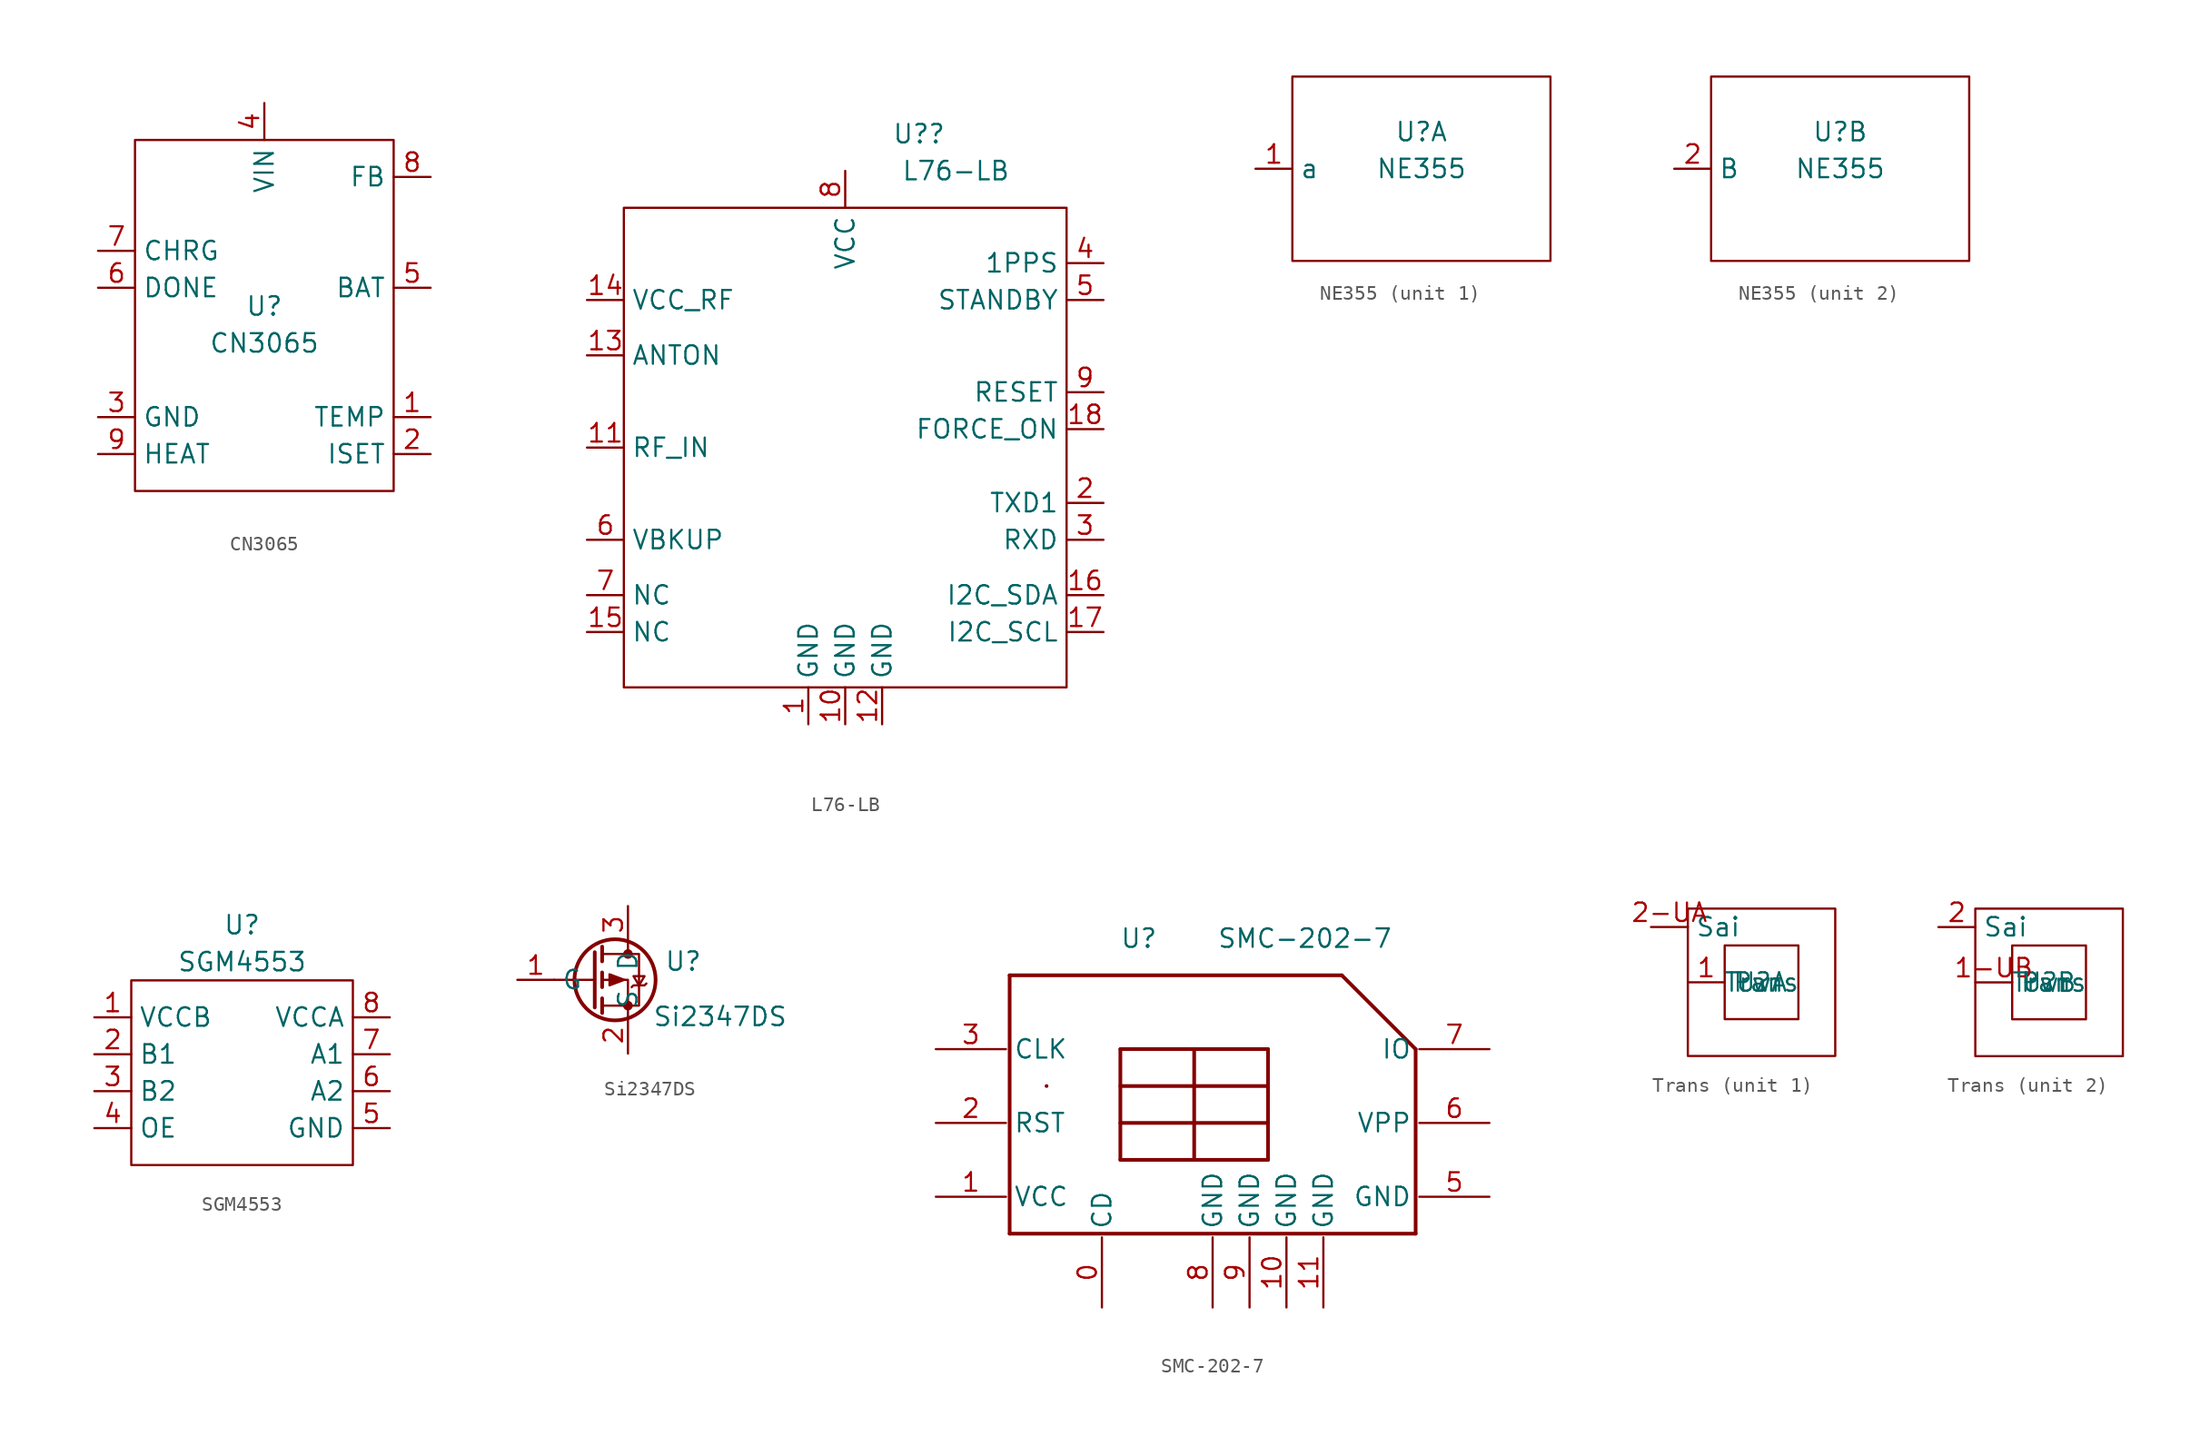
<source format=kicad_sym>
(kicad_symbol_lib
  (version 20211014)
  (generator kicad_symbol_editor)
  (symbol "CN3065"
    (property "Reference" "U"
      (at 0 0 0)
      (effects (font (size 1.27 1.27))))
    (property "Value" "CN3065"
      (at 0 -2.54 0)
      (effects (font (size 1.27 1.27))))
    (symbol "CN3065_0_1"
      (rectangle (start -8.89 11.43) (end 8.89 -12.7) (stroke (width 0) (type default) (color 0 0 0 0)) (fill (type none))))
    (symbol "CN3065_1_1"
      (pin input line (at 11.43 -7.62 180) (length 2.54) (name "TEMP" (effects (font (size 1.27 1.27)))) (number "1" (effects (font (size 1.27 1.27)))))
      (pin output line (at 11.43 -10.16 180) (length 2.54) (name "ISET" (effects (font (size 1.27 1.27)))) (number "2" (effects (font (size 1.27 1.27)))))
      (pin power_in line (at -11.43 -7.62 0) (length 2.54) (name "GND" (effects (font (size 1.27 1.27)))) (number "3" (effects (font (size 1.27 1.27)))))
      (pin power_in line (at 0 13.97 270) (length 2.54) (name "VIN" (effects (font (size 1.27 1.27)))) (number "4" (effects (font (size 1.27 1.27)))))
      (pin power_out line (at 11.43 1.27 180) (length 2.54) (name "BAT" (effects (font (size 1.27 1.27)))) (number "5" (effects (font (size 1.27 1.27)))))
      (pin output line (at -11.43 1.27 0) (length 2.54) (name "DONE" (effects (font (size 1.27 1.27)))) (number "6" (effects (font (size 1.27 1.27)))))
      (pin output line (at -11.43 3.81 0) (length 2.54) (name "CHRG" (effects (font (size 1.27 1.27)))) (number "7" (effects (font (size 1.27 1.27)))))
      (pin input line (at 11.43 8.89 180) (length 2.54) (name "FB" (effects (font (size 1.27 1.27)))) (number "8" (effects (font (size 1.27 1.27)))))
      (pin power_in line (at -11.43 -10.16 0) (length 2.54) (name "HEAT" (effects (font (size 1.27 1.27)))) (number "9" (effects (font (size 1.27 1.27)))))))
  (symbol "L76-LB"
    (property "Reference" "U?"
      (at 5.08 21.59 0)
      (effects (font (size 1.27 1.27))))
    (property "Value" "L76-LB"
      (at 7.62 19.05 0)
      (effects (font (size 1.27 1.27))))
    (symbol "L76-LB_0_1"
      (rectangle (start -15.24 16.51) (end 15.24 -16.51) (stroke (width 0) (type default) (color 0 0 0 0)) (fill (type none))))
    (symbol "L76-LB_1_1"
      (pin passive line (at -2.54 -19.05 90) (length 2.54) (name "GND" (effects (font (size 1.27 1.27)))) (number "1" (effects (font (size 1.27 1.27)))))
      (pin passive line (at 0 -19.05 90) (length 2.54) (name "GND" (effects (font (size 1.27 1.27)))) (number "10" (effects (font (size 1.27 1.27)))))
      (pin passive line (at -17.78 0 0) (length 2.54) (name "RF_IN" (effects (font (size 1.27 1.27)))) (number "11" (effects (font (size 1.27 1.27)))))
      (pin passive line (at 2.54 -19.05 90) (length 2.54) (name "GND" (effects (font (size 1.27 1.27)))) (number "12" (effects (font (size 1.27 1.27)))))
      (pin input line (at -17.78 6.35 0) (length 2.54) (name "ANTON" (effects (font (size 1.27 1.27)))) (number "13" (effects (font (size 1.27 1.27)))))
      (pin power_in line (at -17.78 10.16 0) (length 2.54) (name "VCC_RF" (effects (font (size 1.27 1.27)))) (number "14" (effects (font (size 1.27 1.27)))))
      (pin free line (at -17.78 -12.7 0) (length 2.54) (name "NC" (effects (font (size 1.27 1.27)))) (number "15" (effects (font (size 1.27 1.27)))))
      (pin bidirectional line (at 17.78 -10.16 180) (length 2.54) (name "I2C_SDA" (effects (font (size 1.27 1.27)))) (number "16" (effects (font (size 1.27 1.27)))))
      (pin input line (at 17.78 -12.7 180) (length 2.54) (name "I2C_SCL" (effects (font (size 1.27 1.27)))) (number "17" (effects (font (size 1.27 1.27)))))
      (pin input line (at 17.78 1.27 180) (length 2.54) (name "FORCE_ON" (effects (font (size 1.27 1.27)))) (number "18" (effects (font (size 1.27 1.27)))))
      (pin output line (at 17.78 -3.81 180) (length 2.54) (name "TXD1" (effects (font (size 1.27 1.27)))) (number "2" (effects (font (size 1.27 1.27)))))
      (pin input line (at 17.78 -6.35 180) (length 2.54) (name "RXD" (effects (font (size 1.27 1.27)))) (number "3" (effects (font (size 1.27 1.27)))))
      (pin output line (at 17.78 12.7 180) (length 2.54) (name "1PPS" (effects (font (size 1.27 1.27)))) (number "4" (effects (font (size 1.27 1.27)))))
      (pin input line (at 17.78 10.16 180) (length 2.54) (name "STANDBY" (effects (font (size 1.27 1.27)))) (number "5" (effects (font (size 1.27 1.27)))))
      (pin power_in line (at -17.78 -6.35 0) (length 2.54) (name "VBKUP" (effects (font (size 1.27 1.27)))) (number "6" (effects (font (size 1.27 1.27)))))
      (pin free line (at -17.78 -10.16 0) (length 2.54) (name "NC" (effects (font (size 1.27 1.27)))) (number "7" (effects (font (size 1.27 1.27)))))
      (pin power_in line (at 0 19.05 270) (length 2.54) (name "VCC" (effects (font (size 1.27 1.27)))) (number "8" (effects (font (size 1.27 1.27)))))
      (pin input line (at 17.78 3.81 180) (length 2.54) (name "RESET" (effects (font (size 1.27 1.27)))) (number "9" (effects (font (size 1.27 1.27)))))))
  (symbol "NE355"
    (property "Reference" "U"
      (at 0 2.54 0)
      (effects (font (size 1.27 1.27))))
    (property "Value" "NE355"
      (at 0 0 0)
      (effects (font (size 1.27 1.27))))
    (property "ki_locked" ""
      (at 0 0 0)
      (effects (font (size 1.27 1.27))))
    (symbol "NE355_1_1"
      (rectangle (start -8.89 6.35) (end 8.89 -6.35) (stroke (width 0) (type default) (color 0 0 0 0)) (fill (type none)))
      (pin passive line (at -11.43 0 0) (length 2.54) (name "a" (effects (font (size 1.27 1.27)))) (number "1" (effects (font (size 1.27 1.27))))))
    (symbol "NE355_2_1"
      (rectangle (start -8.89 6.35) (end 8.89 -6.35) (stroke (width 0) (type default) (color 0 0 0 0)) (fill (type none)))
      (pin passive line (at -11.43 0 0) (length 2.54) (name "B" (effects (font (size 1.27 1.27)))) (number "2" (effects (font (size 1.27 1.27)))))))
  (symbol "SGM4553"
    (property "Reference" "U"
      (at 0 10.16 0)
      (effects (font (size 1.27 1.27))))
    (property "Value" "SGM4553"
      (at 0 7.62 0)
      (effects (font (size 1.27 1.27))))
    (symbol "SGM4553_0_1"
      (rectangle (start -7.62 -6.35) (end 7.62 6.35) (stroke (width 0) (type default) (color 0 0 0 0)) (fill (type none))))
    (symbol "SGM4553_1_1"
      (pin input line (at -10.16 3.81 0) (length 2.54) (name "VCCB" (effects (font (size 1.27 1.27)))) (number "1" (effects (font (size 1.27 1.27)))))
      (pin input line (at -10.16 1.27 0) (length 2.54) (name "B1" (effects (font (size 1.27 1.27)))) (number "2" (effects (font (size 1.27 1.27)))))
      (pin input line (at -10.16 -1.27 0) (length 2.54) (name "B2" (effects (font (size 1.27 1.27)))) (number "3" (effects (font (size 1.27 1.27)))))
      (pin input line (at -10.16 -3.81 0) (length 2.54) (name "OE" (effects (font (size 1.27 1.27)))) (number "4" (effects (font (size 1.27 1.27)))))
      (pin input line (at 10.16 -3.81 180) (length 2.54) (name "GND" (effects (font (size 1.27 1.27)))) (number "5" (effects (font (size 1.27 1.27)))))
      (pin input line (at 10.16 -1.27 180) (length 2.54) (name "A2" (effects (font (size 1.27 1.27)))) (number "6" (effects (font (size 1.27 1.27)))))
      (pin input line (at 10.16 1.27 180) (length 2.54) (name "A1" (effects (font (size 1.27 1.27)))) (number "7" (effects (font (size 1.27 1.27)))))
      (pin input line (at 10.16 3.81 180) (length 2.54) (name "VCCA" (effects (font (size 1.27 1.27)))) (number "8" (effects (font (size 1.27 1.27)))))))
  (symbol "Si2347DS"
    (property "Reference" "U"
      (at 5.08 1.27 0)
      (effects (font (size 1.27 1.27))))
    (property "Value" "Si2347DS"
      (at 7.62 -2.54 0)
      (effects (font (size 1.27 1.27))))
    (symbol "Si2347DS_0_1"
      (polyline (pts (xy -1.016 0) (xy -3.81 0)) (stroke (width 0) (type default) (color 0 0 0 0)) (fill (type none)))
      (polyline (pts (xy -1.016 1.905) (xy -1.016 -1.905)) (stroke (width 0.254) (type default) (color 0 0 0 0)) (fill (type none)))
      (polyline (pts (xy -0.508 -1.27) (xy -0.508 -2.286)) (stroke (width 0.254) (type default) (color 0 0 0 0)) (fill (type none)))
      (polyline (pts (xy -0.508 0.508) (xy -0.508 -0.508)) (stroke (width 0.254) (type default) (color 0 0 0 0)) (fill (type none)))
      (polyline (pts (xy -0.508 2.286) (xy -0.508 1.27)) (stroke (width 0.254) (type default) (color 0 0 0 0)) (fill (type none)))
      (polyline (pts (xy 1.27 2.54) (xy 1.27 1.778)) (stroke (width 0) (type default) (color 0 0 0 0)) (fill (type none)))
      (polyline (pts (xy 1.27 -2.54) (xy 1.27 0) (xy -0.508 0)) (stroke (width 0) (type default) (color 0 0 0 0)) (fill (type none)))
      (polyline (pts (xy -0.508 1.778) (xy 2.032 1.778) (xy 2.032 -1.778) (xy -0.508 -1.778)) (stroke (width 0) (type default) (color 0 0 0 0)) (fill (type none)))
      (polyline (pts (xy 1.016 0) (xy 0 0.381) (xy 0 -0.381) (xy 1.016 0)) (stroke (width 0) (type default) (color 0 0 0 0)) (fill (type outline)))
      (polyline (pts (xy 1.524 -0.508) (xy 1.651 -0.381) (xy 2.413 -0.381) (xy 2.54 -0.254)) (stroke (width 0) (type default) (color 0 0 0 0)) (fill (type none)))
      (polyline (pts (xy 2.032 -0.381) (xy 1.651 0.254) (xy 2.413 0.254) (xy 2.032 -0.381)) (stroke (width 0) (type default) (color 0 0 0 0)) (fill (type none)))
      (circle (center 0.381 0) (radius 2.794) (stroke (width 0.254) (type default) (color 0 0 0 0)) (fill (type none)))
      (circle (center 1.27 -1.778) (radius 0.254) (stroke (width 0) (type default) (color 0 0 0 0)) (fill (type outline)))
      (circle (center 1.27 1.778) (radius 0.254) (stroke (width 0) (type default) (color 0 0 0 0)) (fill (type outline))))
    (symbol "Si2347DS_1_1"
      (pin input line (at -6.35 0 0) (length 2.54) (name "G" (effects (font (size 1.27 1.27)))) (number "1" (effects (font (size 1.27 1.27)))))
      (pin passive line (at 1.27 -5.08 90) (length 2.54) (name "S" (effects (font (size 1.27 1.27)))) (number "2" (effects (font (size 1.27 1.27)))))
      (pin passive line (at 1.27 5.08 270) (length 2.54) (name "D" (effects (font (size 1.27 1.27)))) (number "3" (effects (font (size 1.27 1.27)))))))
  (symbol "SMC-202-7"
    (property "Reference" "U"
      (at -3.81 11.43 0)
      (effects (font (size 1.27 1.27))))
    (property "Value" "SMC-202-7"
      (at 7.62 11.43 0)
      (effects (font (size 1.27 1.27))))
    (symbol "SMC-202-7_1_1"
      (polyline (pts (xy -12.7 -8.89) (xy -12.7 8.89)) (stroke (width 0.254) (type default) (color 0 0 0 0)) (fill (type none)))
      (polyline (pts (xy -12.7 8.89) (xy 10.16 8.89)) (stroke (width 0.254) (type default) (color 0 0 0 0)) (fill (type none)))
      (polyline (pts (xy -10.16 1.27) (xy -10.16 1.27)) (stroke (width 0.254) (type default) (color 0 0 0 0)) (fill (type none)))
      (polyline (pts (xy -5.08 -3.81) (xy 5.08 -3.81)) (stroke (width 0.254) (type default) (color 0 0 0 0)) (fill (type none)))
      (polyline (pts (xy -5.08 -1.27) (xy 5.08 -1.27)) (stroke (width 0.254) (type default) (color 0 0 0 0)) (fill (type none)))
      (polyline (pts (xy -5.08 1.27) (xy 5.08 1.27)) (stroke (width 0.254) (type default) (color 0 0 0 0)) (fill (type none)))
      (polyline (pts (xy -5.08 3.81) (xy -5.08 -3.81)) (stroke (width 0.254) (type default) (color 0 0 0 0)) (fill (type none)))
      (polyline (pts (xy 0 -3.81) (xy 0 3.81)) (stroke (width 0.254) (type default) (color 0 0 0 0)) (fill (type none)))
      (polyline (pts (xy 5.08 -3.81) (xy 5.08 3.81)) (stroke (width 0.254) (type default) (color 0 0 0 0)) (fill (type none)))
      (polyline (pts (xy 5.08 3.81) (xy -5.08 3.81)) (stroke (width 0.254) (type default) (color 0 0 0 0)) (fill (type none)))
      (polyline (pts (xy 10.16 8.89) (xy 15.24 3.81)) (stroke (width 0.254) (type default) (color 0 0 0 0)) (fill (type none)))
      (polyline (pts (xy 15.24 -8.89) (xy -12.7 -8.89)) (stroke (width 0.254) (type default) (color 0 0 0 0)) (fill (type none)))
      (polyline (pts (xy 15.24 3.81) (xy 15.24 -8.89)) (stroke (width 0.254) (type default) (color 0 0 0 0)) (fill (type none)))
      (pin passive line (at -6.35 -13.97 90) (length 4.826) (name "CD" (effects (font (size 1.27 1.27)))) (number "0" (effects (font (size 1.27 1.27)))))
      (pin passive line (at -17.78 -6.35 0) (length 4.826) (name "VCC" (effects (font (size 1.27 1.27)))) (number "1" (effects (font (size 1.27 1.27)))))
      (pin passive line (at 6.35 -13.97 90) (length 4.826) (name "GND" (effects (font (size 1.27 1.27)))) (number "10" (effects (font (size 1.27 1.27)))))
      (pin passive line (at 8.89 -13.97 90) (length 4.826) (name "GND" (effects (font (size 1.27 1.27)))) (number "11" (effects (font (size 1.27 1.27)))))
      (pin passive line (at -17.78 -1.27 0) (length 4.826) (name "RST" (effects (font (size 1.27 1.27)))) (number "2" (effects (font (size 1.27 1.27)))))
      (pin passive line (at -17.78 3.81 0) (length 4.826) (name "CLK" (effects (font (size 1.27 1.27)))) (number "3" (effects (font (size 1.27 1.27)))))
      (pin passive line (at 20.32 -6.35 180) (length 4.826) (name "GND" (effects (font (size 1.27 1.27)))) (number "5" (effects (font (size 1.27 1.27)))))
      (pin passive line (at 20.32 -1.27 180) (length 4.826) (name "VPP" (effects (font (size 1.27 1.27)))) (number "6" (effects (font (size 1.27 1.27)))))
      (pin passive line (at 20.32 3.81 180) (length 4.826) (name "IO" (effects (font (size 1.27 1.27)))) (number "7" (effects (font (size 1.27 1.27)))))
      (pin passive line (at 1.27 -13.97 90) (length 4.826) (name "GND" (effects (font (size 1.27 1.27)))) (number "8" (effects (font (size 1.27 1.27)))))
      (pin passive line (at 3.81 -13.97 90) (length 4.826) (name "GND" (effects (font (size 1.27 1.27)))) (number "9" (effects (font (size 1.27 1.27)))))))
  (symbol "Trans"
    (property "Reference" "U"
      (at 0 0 0)
      (effects (font (size 1.27 1.27))))
    (property "Value" "Trans"
      (at 0 0 0)
      (effects (font (size 1.27 1.27))))
    (symbol "Trans_0_1"
      (rectangle (start -5.08 5.08) (end 5.08 -5.08) (stroke (width 0) (type default) (color 0 0 0 0)) (fill (type none)))
      (rectangle (start -2.54 2.54) (end 2.54 -2.54) (stroke (width 0) (type default) (color 0 0 0 0)) (fill (type none))))
    (symbol "Trans_1_1"
      (pin input line (at -5.08 0 0) (length 2.54) (name "Pwr" (effects (font (size 1.27 1.27)))) (number "1" (effects (font (size 1.27 1.27)))))
      (pin input line (at -7.62 3.81 0) (length 2.54) (name "Sai" (effects (font (size 1.27 1.27)))) (number "2-UA" (effects (font (size 1.27 1.27))))))
    (symbol "Trans_2_1"
      (pin input line (at -5.08 0 0) (length 2.54) (name "Pwr" (effects (font (size 1.27 1.27)))) (number "1-UB" (effects (font (size 1.27 1.27)))))
      (pin input line (at -7.62 3.81 0) (length 2.54) (name "Sai" (effects (font (size 1.27 1.27)))) (number "2" (effects (font (size 1.27 1.27))))))))
</source>
